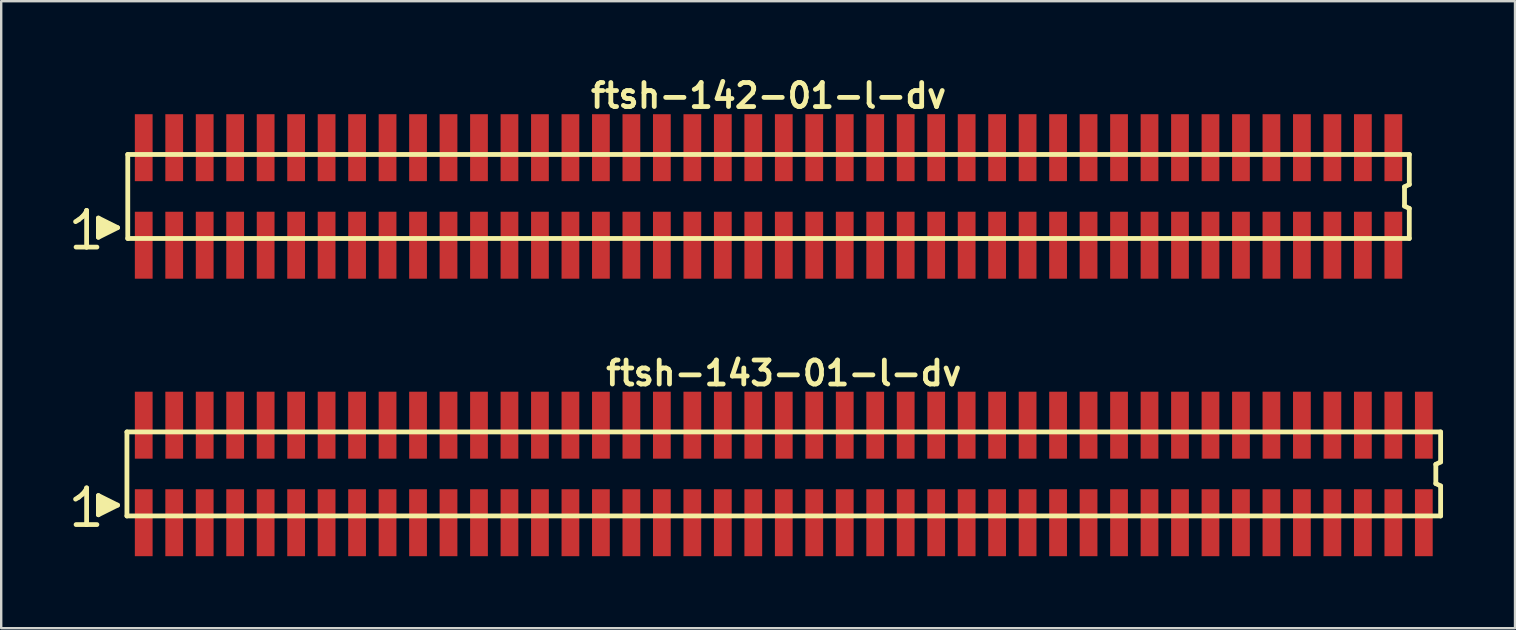
<source format=kicad_pcb>
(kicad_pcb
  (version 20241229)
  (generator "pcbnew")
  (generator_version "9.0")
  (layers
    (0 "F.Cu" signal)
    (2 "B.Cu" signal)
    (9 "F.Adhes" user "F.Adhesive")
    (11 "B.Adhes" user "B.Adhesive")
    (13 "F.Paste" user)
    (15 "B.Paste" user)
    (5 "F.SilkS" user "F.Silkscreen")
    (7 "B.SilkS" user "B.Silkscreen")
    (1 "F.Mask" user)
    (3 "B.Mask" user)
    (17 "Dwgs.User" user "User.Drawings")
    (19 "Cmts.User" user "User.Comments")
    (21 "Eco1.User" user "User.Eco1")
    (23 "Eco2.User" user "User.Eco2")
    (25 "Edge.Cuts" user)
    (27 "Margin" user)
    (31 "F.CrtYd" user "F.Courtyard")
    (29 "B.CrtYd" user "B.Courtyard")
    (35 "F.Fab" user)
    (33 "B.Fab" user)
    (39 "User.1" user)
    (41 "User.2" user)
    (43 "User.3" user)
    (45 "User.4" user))
  (footprint "ftsh-142-01-l-dv"
    (layer "F.Cu")
    (at 28.974 5.136)
    (property "Reference" "ftsh-142-01-l-dv" (at 0 -4.2 0) (layer "F.SilkS") (effects (font (size 1 1) (thickness 0.2))))
    (attr through_hole)
    (fp_line (start -28.875 1.05) (end -28.745 0.97) (stroke (width 0.198) (type solid)) (layer "F.SilkS"))
    (fp_line (start -28.745 0.97) (end -28.585 0.84) (stroke (width 0.198) (type solid)) (layer "F.SilkS"))
    (fp_line (start -28.585 0.84) (end -28.445 0.67) (stroke (width 0.198) (type solid)) (layer "F.SilkS"))
    (fp_line (start -28.445 0.67) (end -28.415 0.58) (stroke (width 0.198) (type solid)) (layer "F.SilkS"))
    (fp_line (start -28.415 0.58) (end -28.415 2.11) (stroke (width 0.198) (type solid)) (layer "F.SilkS"))
    (fp_line (start -28.415 2.11) (end -28.855 2.11) (stroke (width 0.198) (type solid)) (layer "F.SilkS"))
    (fp_line (start -27.985 2.11) (end -28.425 2.11) (stroke (width 0.198) (type solid)) (layer "F.SilkS"))
    (fp_line (start -27.925 0.9) (end -27.125 1.3) (stroke (width 0.198) (type solid)) (layer "F.SilkS"))
    (fp_line (start -27.925 1.7) (end -27.925 0.9) (stroke (width 0.198) (type solid)) (layer "F.SilkS"))
    (fp_line (start -27.825 1.6) (end -27.825 1) (stroke (width 0.198) (type solid)) (layer "F.SilkS"))
    (fp_line (start -27.725 1.1) (end -27.725 1.5) (stroke (width 0.198) (type solid)) (layer "F.SilkS"))
    (fp_line (start -27.625 1.5) (end -27.625 1.1) (stroke (width 0.198) (type solid)) (layer "F.SilkS"))
    (fp_line (start -27.525 1.2) (end -27.525 1.4) (stroke (width 0.198) (type solid)) (layer "F.SilkS"))
    (fp_line (start -27.425 1.4) (end -27.425 1.2) (stroke (width 0.198) (type solid)) (layer "F.SilkS"))
    (fp_line (start -27.125 1.3) (end -27.925 1.7) (stroke (width 0.198) (type solid)) (layer "F.SilkS"))
    (fp_line (start -26.7 -1.75) (end -26.7 1.75) (stroke (width 0.2) (type solid)) (layer "F.SilkS"))
    (fp_line (start -26.7 -1.75) (end 26.7 -1.75) (stroke (width 0.2) (type solid)) (layer "F.SilkS"))
    (fp_line (start -26.7 1.75) (end 26.7 1.75) (stroke (width 0.2) (type solid)) (layer "F.SilkS"))
    (fp_line (start 26.5 -0.4) (end 26.5 0.4) (stroke (width 0.2) (type solid)) (layer "F.SilkS"))
    (fp_line (start 26.5 0.4) (end 26.7 0.5) (stroke (width 0.2) (type solid)) (layer "F.SilkS"))
    (fp_line (start 26.7 -0.5) (end 26.5 -0.4) (stroke (width 0.2) (type solid)) (layer "F.SilkS"))
    (fp_line (start 26.7 -0.5) (end 26.7 -1.75) (stroke (width 0.2) (type solid)) (layer "F.SilkS"))
    (fp_line (start 26.7 0.5) (end 26.7 1.75) (stroke (width 0.2) (type solid)) (layer "F.SilkS"))
    (pad "1" smd rect (at -26.035 2.032) (size 0.74 2.79) (layers "F.Cu" "F.Mask" "F.Paste"))
    (pad "2" smd rect (at -26.035 -2.032) (size 0.74 2.79) (layers "F.Cu" "F.Mask" "F.Paste"))
    (pad "3" smd rect (at -24.765 2.032) (size 0.74 2.79) (layers "F.Cu" "F.Mask" "F.Paste"))
    (pad "4" smd rect (at -24.765 -2.032) (size 0.74 2.79) (layers "F.Cu" "F.Mask" "F.Paste"))
    (pad "5" smd rect (at -23.495 2.032) (size 0.74 2.79) (layers "F.Cu" "F.Mask" "F.Paste"))
    (pad "6" smd rect (at -23.495 -2.032) (size 0.74 2.79) (layers "F.Cu" "F.Mask" "F.Paste"))
    (pad "7" smd rect (at -22.225 2.032) (size 0.74 2.79) (layers "F.Cu" "F.Mask" "F.Paste"))
    (pad "8" smd rect (at -22.225 -2.032) (size 0.74 2.79) (layers "F.Cu" "F.Mask" "F.Paste"))
    (pad "9" smd rect (at -20.955 2.032) (size 0.74 2.79) (layers "F.Cu" "F.Mask" "F.Paste"))
    (pad "10" smd rect (at -20.955 -2.032) (size 0.74 2.79) (layers "F.Cu" "F.Mask" "F.Paste"))
    (pad "11" smd rect (at -19.685 2.032) (size 0.74 2.79) (layers "F.Cu" "F.Mask" "F.Paste"))
    (pad "12" smd rect (at -19.685 -2.032) (size 0.74 2.79) (layers "F.Cu" "F.Mask" "F.Paste"))
    (pad "13" smd rect (at -18.415 2.032) (size 0.74 2.79) (layers "F.Cu" "F.Mask" "F.Paste"))
    (pad "14" smd rect (at -18.415 -2.032) (size 0.74 2.79) (layers "F.Cu" "F.Mask" "F.Paste"))
    (pad "15" smd rect (at -17.145 2.032) (size 0.74 2.79) (layers "F.Cu" "F.Mask" "F.Paste"))
    (pad "16" smd rect (at -17.145 -2.032) (size 0.74 2.79) (layers "F.Cu" "F.Mask" "F.Paste"))
    (pad "17" smd rect (at -15.875 2.032) (size 0.74 2.79) (layers "F.Cu" "F.Mask" "F.Paste"))
    (pad "18" smd rect (at -15.875 -2.032) (size 0.74 2.79) (layers "F.Cu" "F.Mask" "F.Paste"))
    (pad "19" smd rect (at -14.605 2.032) (size 0.74 2.79) (layers "F.Cu" "F.Mask" "F.Paste"))
    (pad "20" smd rect (at -14.605 -2.032) (size 0.74 2.79) (layers "F.Cu" "F.Mask" "F.Paste"))
    (pad "21" smd rect (at -13.335 2.032) (size 0.74 2.79) (layers "F.Cu" "F.Mask" "F.Paste"))
    (pad "22" smd rect (at -13.335 -2.032) (size 0.74 2.79) (layers "F.Cu" "F.Mask" "F.Paste"))
    (pad "23" smd rect (at -12.065 2.032) (size 0.74 2.79) (layers "F.Cu" "F.Mask" "F.Paste"))
    (pad "24" smd rect (at -12.065 -2.032) (size 0.74 2.79) (layers "F.Cu" "F.Mask" "F.Paste"))
    (pad "25" smd rect (at -10.795 2.032) (size 0.74 2.79) (layers "F.Cu" "F.Mask" "F.Paste"))
    (pad "26" smd rect (at -10.795 -2.032) (size 0.74 2.79) (layers "F.Cu" "F.Mask" "F.Paste"))
    (pad "27" smd rect (at -9.525 2.032) (size 0.74 2.79) (layers "F.Cu" "F.Mask" "F.Paste"))
    (pad "28" smd rect (at -9.525 -2.032) (size 0.74 2.79) (layers "F.Cu" "F.Mask" "F.Paste"))
    (pad "29" smd rect (at -8.255 2.032) (size 0.74 2.79) (layers "F.Cu" "F.Mask" "F.Paste"))
    (pad "30" smd rect (at -8.255 -2.032) (size 0.74 2.79) (layers "F.Cu" "F.Mask" "F.Paste"))
    (pad "31" smd rect (at -6.985 2.032) (size 0.74 2.79) (layers "F.Cu" "F.Mask" "F.Paste"))
    (pad "32" smd rect (at -6.985 -2.032) (size 0.74 2.79) (layers "F.Cu" "F.Mask" "F.Paste"))
    (pad "33" smd rect (at -5.715 2.032) (size 0.74 2.79) (layers "F.Cu" "F.Mask" "F.Paste"))
    (pad "34" smd rect (at -5.715 -2.032) (size 0.74 2.79) (layers "F.Cu" "F.Mask" "F.Paste"))
    (pad "35" smd rect (at -4.445 2.032) (size 0.74 2.79) (layers "F.Cu" "F.Mask" "F.Paste"))
    (pad "36" smd rect (at -4.445 -2.032) (size 0.74 2.79) (layers "F.Cu" "F.Mask" "F.Paste"))
    (pad "37" smd rect (at -3.175 2.032) (size 0.74 2.79) (layers "F.Cu" "F.Mask" "F.Paste"))
    (pad "38" smd rect (at -3.175 -2.032) (size 0.74 2.79) (layers "F.Cu" "F.Mask" "F.Paste"))
    (pad "39" smd rect (at -1.905 2.032) (size 0.74 2.79) (layers "F.Cu" "F.Mask" "F.Paste"))
    (pad "40" smd rect (at -1.905 -2.032) (size 0.74 2.79) (layers "F.Cu" "F.Mask" "F.Paste"))
    (pad "41" smd rect (at -0.635 2.032) (size 0.74 2.79) (layers "F.Cu" "F.Mask" "F.Paste"))
    (pad "42" smd rect (at -0.635 -2.032) (size 0.74 2.79) (layers "F.Cu" "F.Mask" "F.Paste"))
    (pad "43" smd rect (at 0.635 2.032) (size 0.74 2.79) (layers "F.Cu" "F.Mask" "F.Paste"))
    (pad "44" smd rect (at 0.635 -2.032) (size 0.74 2.79) (layers "F.Cu" "F.Mask" "F.Paste"))
    (pad "45" smd rect (at 1.905 2.032) (size 0.74 2.79) (layers "F.Cu" "F.Mask" "F.Paste"))
    (pad "46" smd rect (at 1.905 -2.032) (size 0.74 2.79) (layers "F.Cu" "F.Mask" "F.Paste"))
    (pad "47" smd rect (at 3.175 2.032) (size 0.74 2.79) (layers "F.Cu" "F.Mask" "F.Paste"))
    (pad "48" smd rect (at 3.175 -2.032) (size 0.74 2.79) (layers "F.Cu" "F.Mask" "F.Paste"))
    (pad "49" smd rect (at 4.445 2.032) (size 0.74 2.79) (layers "F.Cu" "F.Mask" "F.Paste"))
    (pad "50" smd rect (at 4.445 -2.032) (size 0.74 2.79) (layers "F.Cu" "F.Mask" "F.Paste"))
    (pad "51" smd rect (at 5.715 2.032) (size 0.74 2.79) (layers "F.Cu" "F.Mask" "F.Paste"))
    (pad "52" smd rect (at 5.715 -2.032) (size 0.74 2.79) (layers "F.Cu" "F.Mask" "F.Paste"))
    (pad "53" smd rect (at 6.985 2.032) (size 0.74 2.79) (layers "F.Cu" "F.Mask" "F.Paste"))
    (pad "54" smd rect (at 6.985 -2.032) (size 0.74 2.79) (layers "F.Cu" "F.Mask" "F.Paste"))
    (pad "55" smd rect (at 8.255 2.032) (size 0.74 2.79) (layers "F.Cu" "F.Mask" "F.Paste"))
    (pad "56" smd rect (at 8.255 -2.032) (size 0.74 2.79) (layers "F.Cu" "F.Mask" "F.Paste"))
    (pad "57" smd rect (at 9.525 2.032) (size 0.74 2.79) (layers "F.Cu" "F.Mask" "F.Paste"))
    (pad "58" smd rect (at 9.525 -2.032) (size 0.74 2.79) (layers "F.Cu" "F.Mask" "F.Paste"))
    (pad "59" smd rect (at 10.795 2.032) (size 0.74 2.79) (layers "F.Cu" "F.Mask" "F.Paste"))
    (pad "60" smd rect (at 10.795 -2.032) (size 0.74 2.79) (layers "F.Cu" "F.Mask" "F.Paste"))
    (pad "61" smd rect (at 12.065 2.032) (size 0.74 2.79) (layers "F.Cu" "F.Mask" "F.Paste"))
    (pad "62" smd rect (at 12.065 -2.032) (size 0.74 2.79) (layers "F.Cu" "F.Mask" "F.Paste"))
    (pad "63" smd rect (at 13.335 2.032) (size 0.74 2.79) (layers "F.Cu" "F.Mask" "F.Paste"))
    (pad "64" smd rect (at 13.335 -2.032) (size 0.74 2.79) (layers "F.Cu" "F.Mask" "F.Paste"))
    (pad "65" smd rect (at 14.605 2.032) (size 0.74 2.79) (layers "F.Cu" "F.Mask" "F.Paste"))
    (pad "66" smd rect (at 14.605 -2.032) (size 0.74 2.79) (layers "F.Cu" "F.Mask" "F.Paste"))
    (pad "67" smd rect (at 15.875 2.032) (size 0.74 2.79) (layers "F.Cu" "F.Mask" "F.Paste"))
    (pad "68" smd rect (at 15.875 -2.032) (size 0.74 2.79) (layers "F.Cu" "F.Mask" "F.Paste"))
    (pad "69" smd rect (at 17.145 2.032) (size 0.74 2.79) (layers "F.Cu" "F.Mask" "F.Paste"))
    (pad "70" smd rect (at 17.145 -2.032) (size 0.74 2.79) (layers "F.Cu" "F.Mask" "F.Paste"))
    (pad "71" smd rect (at 18.415 2.032) (size 0.74 2.79) (layers "F.Cu" "F.Mask" "F.Paste"))
    (pad "72" smd rect (at 18.415 -2.032) (size 0.74 2.79) (layers "F.Cu" "F.Mask" "F.Paste"))
    (pad "73" smd rect (at 19.685 2.032) (size 0.74 2.79) (layers "F.Cu" "F.Mask" "F.Paste"))
    (pad "74" smd rect (at 19.685 -2.032) (size 0.74 2.79) (layers "F.Cu" "F.Mask" "F.Paste"))
    (pad "75" smd rect (at 20.955 2.032) (size 0.74 2.79) (layers "F.Cu" "F.Mask" "F.Paste"))
    (pad "76" smd rect (at 20.955 -2.032) (size 0.74 2.79) (layers "F.Cu" "F.Mask" "F.Paste"))
    (pad "77" smd rect (at 22.225 2.032) (size 0.74 2.79) (layers "F.Cu" "F.Mask" "F.Paste"))
    (pad "78" smd rect (at 22.225 -2.032) (size 0.74 2.79) (layers "F.Cu" "F.Mask" "F.Paste"))
    (pad "79" smd rect (at 23.495 2.032) (size 0.74 2.79) (layers "F.Cu" "F.Mask" "F.Paste"))
    (pad "80" smd rect (at 23.495 -2.032) (size 0.74 2.79) (layers "F.Cu" "F.Mask" "F.Paste"))
    (pad "81" smd rect (at 24.765 2.032) (size 0.74 2.79) (layers "F.Cu" "F.Mask" "F.Paste"))
    (pad "82" smd rect (at 24.765 -2.032) (size 0.74 2.79) (layers "F.Cu" "F.Mask" "F.Paste"))
    (pad "83" smd rect (at 26.035 2.032) (size 0.74 2.79) (layers "F.Cu" "F.Mask" "F.Paste"))
    (pad "84" smd rect (at 26.035 -2.032) (size 0.74 2.79) (layers "F.Cu" "F.Mask" "F.Paste")))
  (footprint "ftsh-143-01-l-dv"
    (layer "F.Cu")
    (at 29.609 16.699)
    (property "Reference" "ftsh-143-01-l-dv" (at 0 -4.2 0) (layer "F.SilkS") (effects (font (size 1 1) (thickness 0.2))))
    (attr through_hole)
    (fp_line (start -29.51 1.05) (end -29.38 0.97) (stroke (width 0.198) (type solid)) (layer "F.SilkS"))
    (fp_line (start -29.38 0.97) (end -29.22 0.84) (stroke (width 0.198) (type solid)) (layer "F.SilkS"))
    (fp_line (start -29.22 0.84) (end -29.08 0.67) (stroke (width 0.198) (type solid)) (layer "F.SilkS"))
    (fp_line (start -29.08 0.67) (end -29.05 0.58) (stroke (width 0.198) (type solid)) (layer "F.SilkS"))
    (fp_line (start -29.05 0.58) (end -29.05 2.11) (stroke (width 0.198) (type solid)) (layer "F.SilkS"))
    (fp_line (start -29.05 2.11) (end -29.49 2.11) (stroke (width 0.198) (type solid)) (layer "F.SilkS"))
    (fp_line (start -28.62 2.11) (end -29.06 2.11) (stroke (width 0.198) (type solid)) (layer "F.SilkS"))
    (fp_line (start -28.56 0.9) (end -27.76 1.3) (stroke (width 0.198) (type solid)) (layer "F.SilkS"))
    (fp_line (start -28.56 1.7) (end -28.56 0.9) (stroke (width 0.198) (type solid)) (layer "F.SilkS"))
    (fp_line (start -28.46 1.6) (end -28.46 1) (stroke (width 0.198) (type solid)) (layer "F.SilkS"))
    (fp_line (start -28.36 1.1) (end -28.36 1.5) (stroke (width 0.198) (type solid)) (layer "F.SilkS"))
    (fp_line (start -28.26 1.5) (end -28.26 1.1) (stroke (width 0.198) (type solid)) (layer "F.SilkS"))
    (fp_line (start -28.16 1.2) (end -28.16 1.4) (stroke (width 0.198) (type solid)) (layer "F.SilkS"))
    (fp_line (start -28.06 1.4) (end -28.06 1.2) (stroke (width 0.198) (type solid)) (layer "F.SilkS"))
    (fp_line (start -27.76 1.3) (end -28.56 1.7) (stroke (width 0.198) (type solid)) (layer "F.SilkS"))
    (fp_line (start -27.37 -1.75) (end -27.37 1.75) (stroke (width 0.2) (type solid)) (layer "F.SilkS"))
    (fp_line (start -27.37 -1.75) (end 27.37 -1.75) (stroke (width 0.2) (type solid)) (layer "F.SilkS"))
    (fp_line (start -27.37 1.75) (end 27.37 1.75) (stroke (width 0.2) (type solid)) (layer "F.SilkS"))
    (fp_line (start 27.17 -0.4) (end 27.17 0.4) (stroke (width 0.2) (type solid)) (layer "F.SilkS"))
    (fp_line (start 27.17 0.4) (end 27.37 0.5) (stroke (width 0.2) (type solid)) (layer "F.SilkS"))
    (fp_line (start 27.37 -0.5) (end 27.17 -0.4) (stroke (width 0.2) (type solid)) (layer "F.SilkS"))
    (fp_line (start 27.37 -0.5) (end 27.37 -1.75) (stroke (width 0.2) (type solid)) (layer "F.SilkS"))
    (fp_line (start 27.37 0.5) (end 27.37 1.75) (stroke (width 0.2) (type solid)) (layer "F.SilkS"))
    (pad "1" smd rect (at -26.67 2.032) (size 0.74 2.79) (layers "F.Cu" "F.Mask" "F.Paste"))
    (pad "2" smd rect (at -26.67 -2.032) (size 0.74 2.79) (layers "F.Cu" "F.Mask" "F.Paste"))
    (pad "3" smd rect (at -25.4 2.032) (size 0.74 2.79) (layers "F.Cu" "F.Mask" "F.Paste"))
    (pad "4" smd rect (at -25.4 -2.032) (size 0.74 2.79) (layers "F.Cu" "F.Mask" "F.Paste"))
    (pad "5" smd rect (at -24.13 2.032) (size 0.74 2.79) (layers "F.Cu" "F.Mask" "F.Paste"))
    (pad "6" smd rect (at -24.13 -2.032) (size 0.74 2.79) (layers "F.Cu" "F.Mask" "F.Paste"))
    (pad "7" smd rect (at -22.86 2.032) (size 0.74 2.79) (layers "F.Cu" "F.Mask" "F.Paste"))
    (pad "8" smd rect (at -22.86 -2.032) (size 0.74 2.79) (layers "F.Cu" "F.Mask" "F.Paste"))
    (pad "9" smd rect (at -21.59 2.032) (size 0.74 2.79) (layers "F.Cu" "F.Mask" "F.Paste"))
    (pad "10" smd rect (at -21.59 -2.032) (size 0.74 2.79) (layers "F.Cu" "F.Mask" "F.Paste"))
    (pad "11" smd rect (at -20.32 2.032) (size 0.74 2.79) (layers "F.Cu" "F.Mask" "F.Paste"))
    (pad "12" smd rect (at -20.32 -2.032) (size 0.74 2.79) (layers "F.Cu" "F.Mask" "F.Paste"))
    (pad "13" smd rect (at -19.05 2.032) (size 0.74 2.79) (layers "F.Cu" "F.Mask" "F.Paste"))
    (pad "14" smd rect (at -19.05 -2.032) (size 0.74 2.79) (layers "F.Cu" "F.Mask" "F.Paste"))
    (pad "15" smd rect (at -17.78 2.032) (size 0.74 2.79) (layers "F.Cu" "F.Mask" "F.Paste"))
    (pad "16" smd rect (at -17.78 -2.032) (size 0.74 2.79) (layers "F.Cu" "F.Mask" "F.Paste"))
    (pad "17" smd rect (at -16.51 2.032) (size 0.74 2.79) (layers "F.Cu" "F.Mask" "F.Paste"))
    (pad "18" smd rect (at -16.51 -2.032) (size 0.74 2.79) (layers "F.Cu" "F.Mask" "F.Paste"))
    (pad "19" smd rect (at -15.24 2.032) (size 0.74 2.79) (layers "F.Cu" "F.Mask" "F.Paste"))
    (pad "20" smd rect (at -15.24 -2.032) (size 0.74 2.79) (layers "F.Cu" "F.Mask" "F.Paste"))
    (pad "21" smd rect (at -13.97 2.032) (size 0.74 2.79) (layers "F.Cu" "F.Mask" "F.Paste"))
    (pad "22" smd rect (at -13.97 -2.032) (size 0.74 2.79) (layers "F.Cu" "F.Mask" "F.Paste"))
    (pad "23" smd rect (at -12.7 2.032) (size 0.74 2.79) (layers "F.Cu" "F.Mask" "F.Paste"))
    (pad "24" smd rect (at -12.7 -2.032) (size 0.74 2.79) (layers "F.Cu" "F.Mask" "F.Paste"))
    (pad "25" smd rect (at -11.43 2.032) (size 0.74 2.79) (layers "F.Cu" "F.Mask" "F.Paste"))
    (pad "26" smd rect (at -11.43 -2.032) (size 0.74 2.79) (layers "F.Cu" "F.Mask" "F.Paste"))
    (pad "27" smd rect (at -10.16 2.032) (size 0.74 2.79) (layers "F.Cu" "F.Mask" "F.Paste"))
    (pad "28" smd rect (at -10.16 -2.032) (size 0.74 2.79) (layers "F.Cu" "F.Mask" "F.Paste"))
    (pad "29" smd rect (at -8.89 2.032) (size 0.74 2.79) (layers "F.Cu" "F.Mask" "F.Paste"))
    (pad "30" smd rect (at -8.89 -2.032) (size 0.74 2.79) (layers "F.Cu" "F.Mask" "F.Paste"))
    (pad "31" smd rect (at -7.62 2.032) (size 0.74 2.79) (layers "F.Cu" "F.Mask" "F.Paste"))
    (pad "32" smd rect (at -7.62 -2.032) (size 0.74 2.79) (layers "F.Cu" "F.Mask" "F.Paste"))
    (pad "33" smd rect (at -6.35 2.032) (size 0.74 2.79) (layers "F.Cu" "F.Mask" "F.Paste"))
    (pad "34" smd rect (at -6.35 -2.032) (size 0.74 2.79) (layers "F.Cu" "F.Mask" "F.Paste"))
    (pad "35" smd rect (at -5.08 2.032) (size 0.74 2.79) (layers "F.Cu" "F.Mask" "F.Paste"))
    (pad "36" smd rect (at -5.08 -2.032) (size 0.74 2.79) (layers "F.Cu" "F.Mask" "F.Paste"))
    (pad "37" smd rect (at -3.81 2.032) (size 0.74 2.79) (layers "F.Cu" "F.Mask" "F.Paste"))
    (pad "38" smd rect (at -3.81 -2.032) (size 0.74 2.79) (layers "F.Cu" "F.Mask" "F.Paste"))
    (pad "39" smd rect (at -2.54 2.032) (size 0.74 2.79) (layers "F.Cu" "F.Mask" "F.Paste"))
    (pad "40" smd rect (at -2.54 -2.032) (size 0.74 2.79) (layers "F.Cu" "F.Mask" "F.Paste"))
    (pad "41" smd rect (at -1.27 2.032) (size 0.74 2.79) (layers "F.Cu" "F.Mask" "F.Paste"))
    (pad "42" smd rect (at -1.27 -2.032) (size 0.74 2.79) (layers "F.Cu" "F.Mask" "F.Paste"))
    (pad "43" smd rect (at 0 2.032) (size 0.74 2.79) (layers "F.Cu" "F.Mask" "F.Paste"))
    (pad "44" smd rect (at 0 -2.032) (size 0.74 2.79) (layers "F.Cu" "F.Mask" "F.Paste"))
    (pad "45" smd rect (at 1.27 2.032) (size 0.74 2.79) (layers "F.Cu" "F.Mask" "F.Paste"))
    (pad "46" smd rect (at 1.27 -2.032) (size 0.74 2.79) (layers "F.Cu" "F.Mask" "F.Paste"))
    (pad "47" smd rect (at 2.54 2.032) (size 0.74 2.79) (layers "F.Cu" "F.Mask" "F.Paste"))
    (pad "48" smd rect (at 2.54 -2.032) (size 0.74 2.79) (layers "F.Cu" "F.Mask" "F.Paste"))
    (pad "49" smd rect (at 3.81 2.032) (size 0.74 2.79) (layers "F.Cu" "F.Mask" "F.Paste"))
    (pad "50" smd rect (at 3.81 -2.032) (size 0.74 2.79) (layers "F.Cu" "F.Mask" "F.Paste"))
    (pad "51" smd rect (at 5.08 2.032) (size 0.74 2.79) (layers "F.Cu" "F.Mask" "F.Paste"))
    (pad "52" smd rect (at 5.08 -2.032) (size 0.74 2.79) (layers "F.Cu" "F.Mask" "F.Paste"))
    (pad "53" smd rect (at 6.35 2.032) (size 0.74 2.79) (layers "F.Cu" "F.Mask" "F.Paste"))
    (pad "54" smd rect (at 6.35 -2.032) (size 0.74 2.79) (layers "F.Cu" "F.Mask" "F.Paste"))
    (pad "55" smd rect (at 7.62 2.032) (size 0.74 2.79) (layers "F.Cu" "F.Mask" "F.Paste"))
    (pad "56" smd rect (at 7.62 -2.032) (size 0.74 2.79) (layers "F.Cu" "F.Mask" "F.Paste"))
    (pad "57" smd rect (at 8.89 2.032) (size 0.74 2.79) (layers "F.Cu" "F.Mask" "F.Paste"))
    (pad "58" smd rect (at 8.89 -2.032) (size 0.74 2.79) (layers "F.Cu" "F.Mask" "F.Paste"))
    (pad "59" smd rect (at 10.16 2.032) (size 0.74 2.79) (layers "F.Cu" "F.Mask" "F.Paste"))
    (pad "60" smd rect (at 10.16 -2.032) (size 0.74 2.79) (layers "F.Cu" "F.Mask" "F.Paste"))
    (pad "61" smd rect (at 11.43 2.032) (size 0.74 2.79) (layers "F.Cu" "F.Mask" "F.Paste"))
    (pad "62" smd rect (at 11.43 -2.032) (size 0.74 2.79) (layers "F.Cu" "F.Mask" "F.Paste"))
    (pad "63" smd rect (at 12.7 2.032) (size 0.74 2.79) (layers "F.Cu" "F.Mask" "F.Paste"))
    (pad "64" smd rect (at 12.7 -2.032) (size 0.74 2.79) (layers "F.Cu" "F.Mask" "F.Paste"))
    (pad "65" smd rect (at 13.97 2.032) (size 0.74 2.79) (layers "F.Cu" "F.Mask" "F.Paste"))
    (pad "66" smd rect (at 13.97 -2.032) (size 0.74 2.79) (layers "F.Cu" "F.Mask" "F.Paste"))
    (pad "67" smd rect (at 15.24 2.032) (size 0.74 2.79) (layers "F.Cu" "F.Mask" "F.Paste"))
    (pad "68" smd rect (at 15.24 -2.032) (size 0.74 2.79) (layers "F.Cu" "F.Mask" "F.Paste"))
    (pad "69" smd rect (at 16.51 2.032) (size 0.74 2.79) (layers "F.Cu" "F.Mask" "F.Paste"))
    (pad "70" smd rect (at 16.51 -2.032) (size 0.74 2.79) (layers "F.Cu" "F.Mask" "F.Paste"))
    (pad "71" smd rect (at 17.78 2.032) (size 0.74 2.79) (layers "F.Cu" "F.Mask" "F.Paste"))
    (pad "72" smd rect (at 17.78 -2.032) (size 0.74 2.79) (layers "F.Cu" "F.Mask" "F.Paste"))
    (pad "73" smd rect (at 19.05 2.032) (size 0.74 2.79) (layers "F.Cu" "F.Mask" "F.Paste"))
    (pad "74" smd rect (at 19.05 -2.032) (size 0.74 2.79) (layers "F.Cu" "F.Mask" "F.Paste"))
    (pad "75" smd rect (at 20.32 2.032) (size 0.74 2.79) (layers "F.Cu" "F.Mask" "F.Paste"))
    (pad "76" smd rect (at 20.32 -2.032) (size 0.74 2.79) (layers "F.Cu" "F.Mask" "F.Paste"))
    (pad "77" smd rect (at 21.59 2.032) (size 0.74 2.79) (layers "F.Cu" "F.Mask" "F.Paste"))
    (pad "78" smd rect (at 21.59 -2.032) (size 0.74 2.79) (layers "F.Cu" "F.Mask" "F.Paste"))
    (pad "79" smd rect (at 22.86 2.032) (size 0.74 2.79) (layers "F.Cu" "F.Mask" "F.Paste"))
    (pad "80" smd rect (at 22.86 -2.032) (size 0.74 2.79) (layers "F.Cu" "F.Mask" "F.Paste"))
    (pad "81" smd rect (at 24.13 2.032) (size 0.74 2.79) (layers "F.Cu" "F.Mask" "F.Paste"))
    (pad "82" smd rect (at 24.13 -2.032) (size 0.74 2.79) (layers "F.Cu" "F.Mask" "F.Paste"))
    (pad "83" smd rect (at 25.4 2.032) (size 0.74 2.79) (layers "F.Cu" "F.Mask" "F.Paste"))
    (pad "84" smd rect (at 25.4 -2.032) (size 0.74 2.79) (layers "F.Cu" "F.Mask" "F.Paste"))
    (pad "85" smd rect (at 26.67 2.032) (size 0.74 2.79) (layers "F.Cu" "F.Mask" "F.Paste"))
    (pad "86" smd rect (at 26.67 -2.032) (size 0.74 2.79) (layers "F.Cu" "F.Mask" "F.Paste")))
  (gr_rect
    (start -3 -3)
    (end 60.079 23.126)
    (stroke (width 0.1) (type default))
    (fill no)
    (layer "Edge.Cuts")))
</source>
